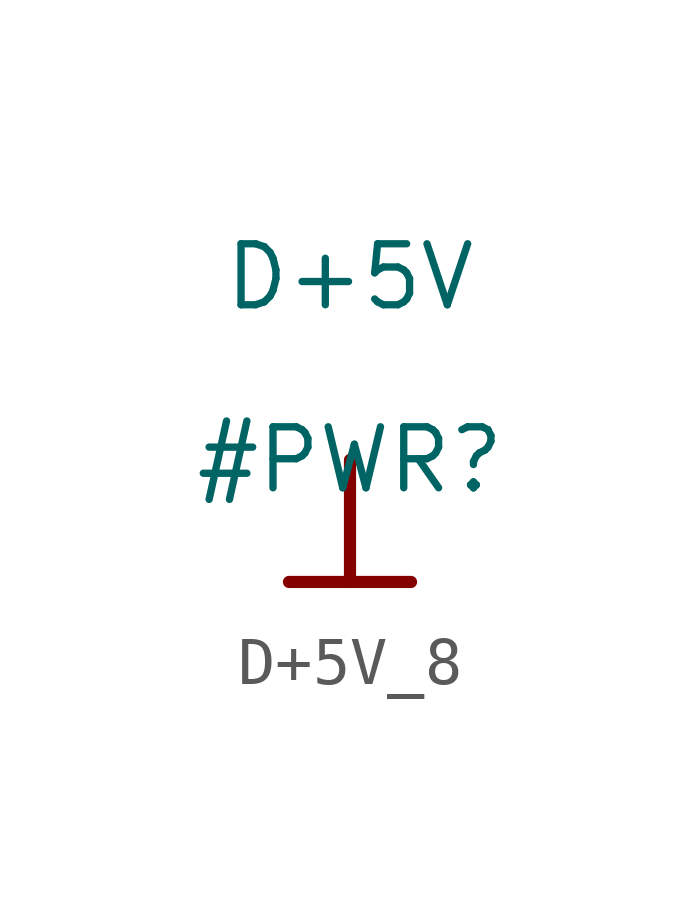
<source format=kicad_sym>
(kicad_symbol_lib
  (version 20241209)
  (generator "kicad_symbol_editor")
  (generator_version "9.0")
  (symbol "D+5V_8"
    (power)
    (property "Reference" "#PWR"
      (at 0 0 0)
      (effects (font (size 1.27 1.27))))
    (property "Value" "D+5V"
      (at 0 3.81 0)
      (effects (font (size 1.27 1.27))))
    (symbol "D+5V_8_0_0"
      (polyline (pts (xy -1.27 -2.54) (xy 1.27 -2.54)) (stroke (width 0.254) (type solid)) (fill (type none)))
      (polyline (pts (xy 0 0) (xy 0 -2.54)) (stroke (width 0.254) (type solid)) (fill (type none))))
    (symbol "D+5V_8_1_0"
      (pin power_out line (at 0 0 0) (length 0) (hide yes) (name "D+5V" (effects (font (size 1.27 1.27)))) (number "" (effects (font (size 1.27 1.27))))))))
</source>
